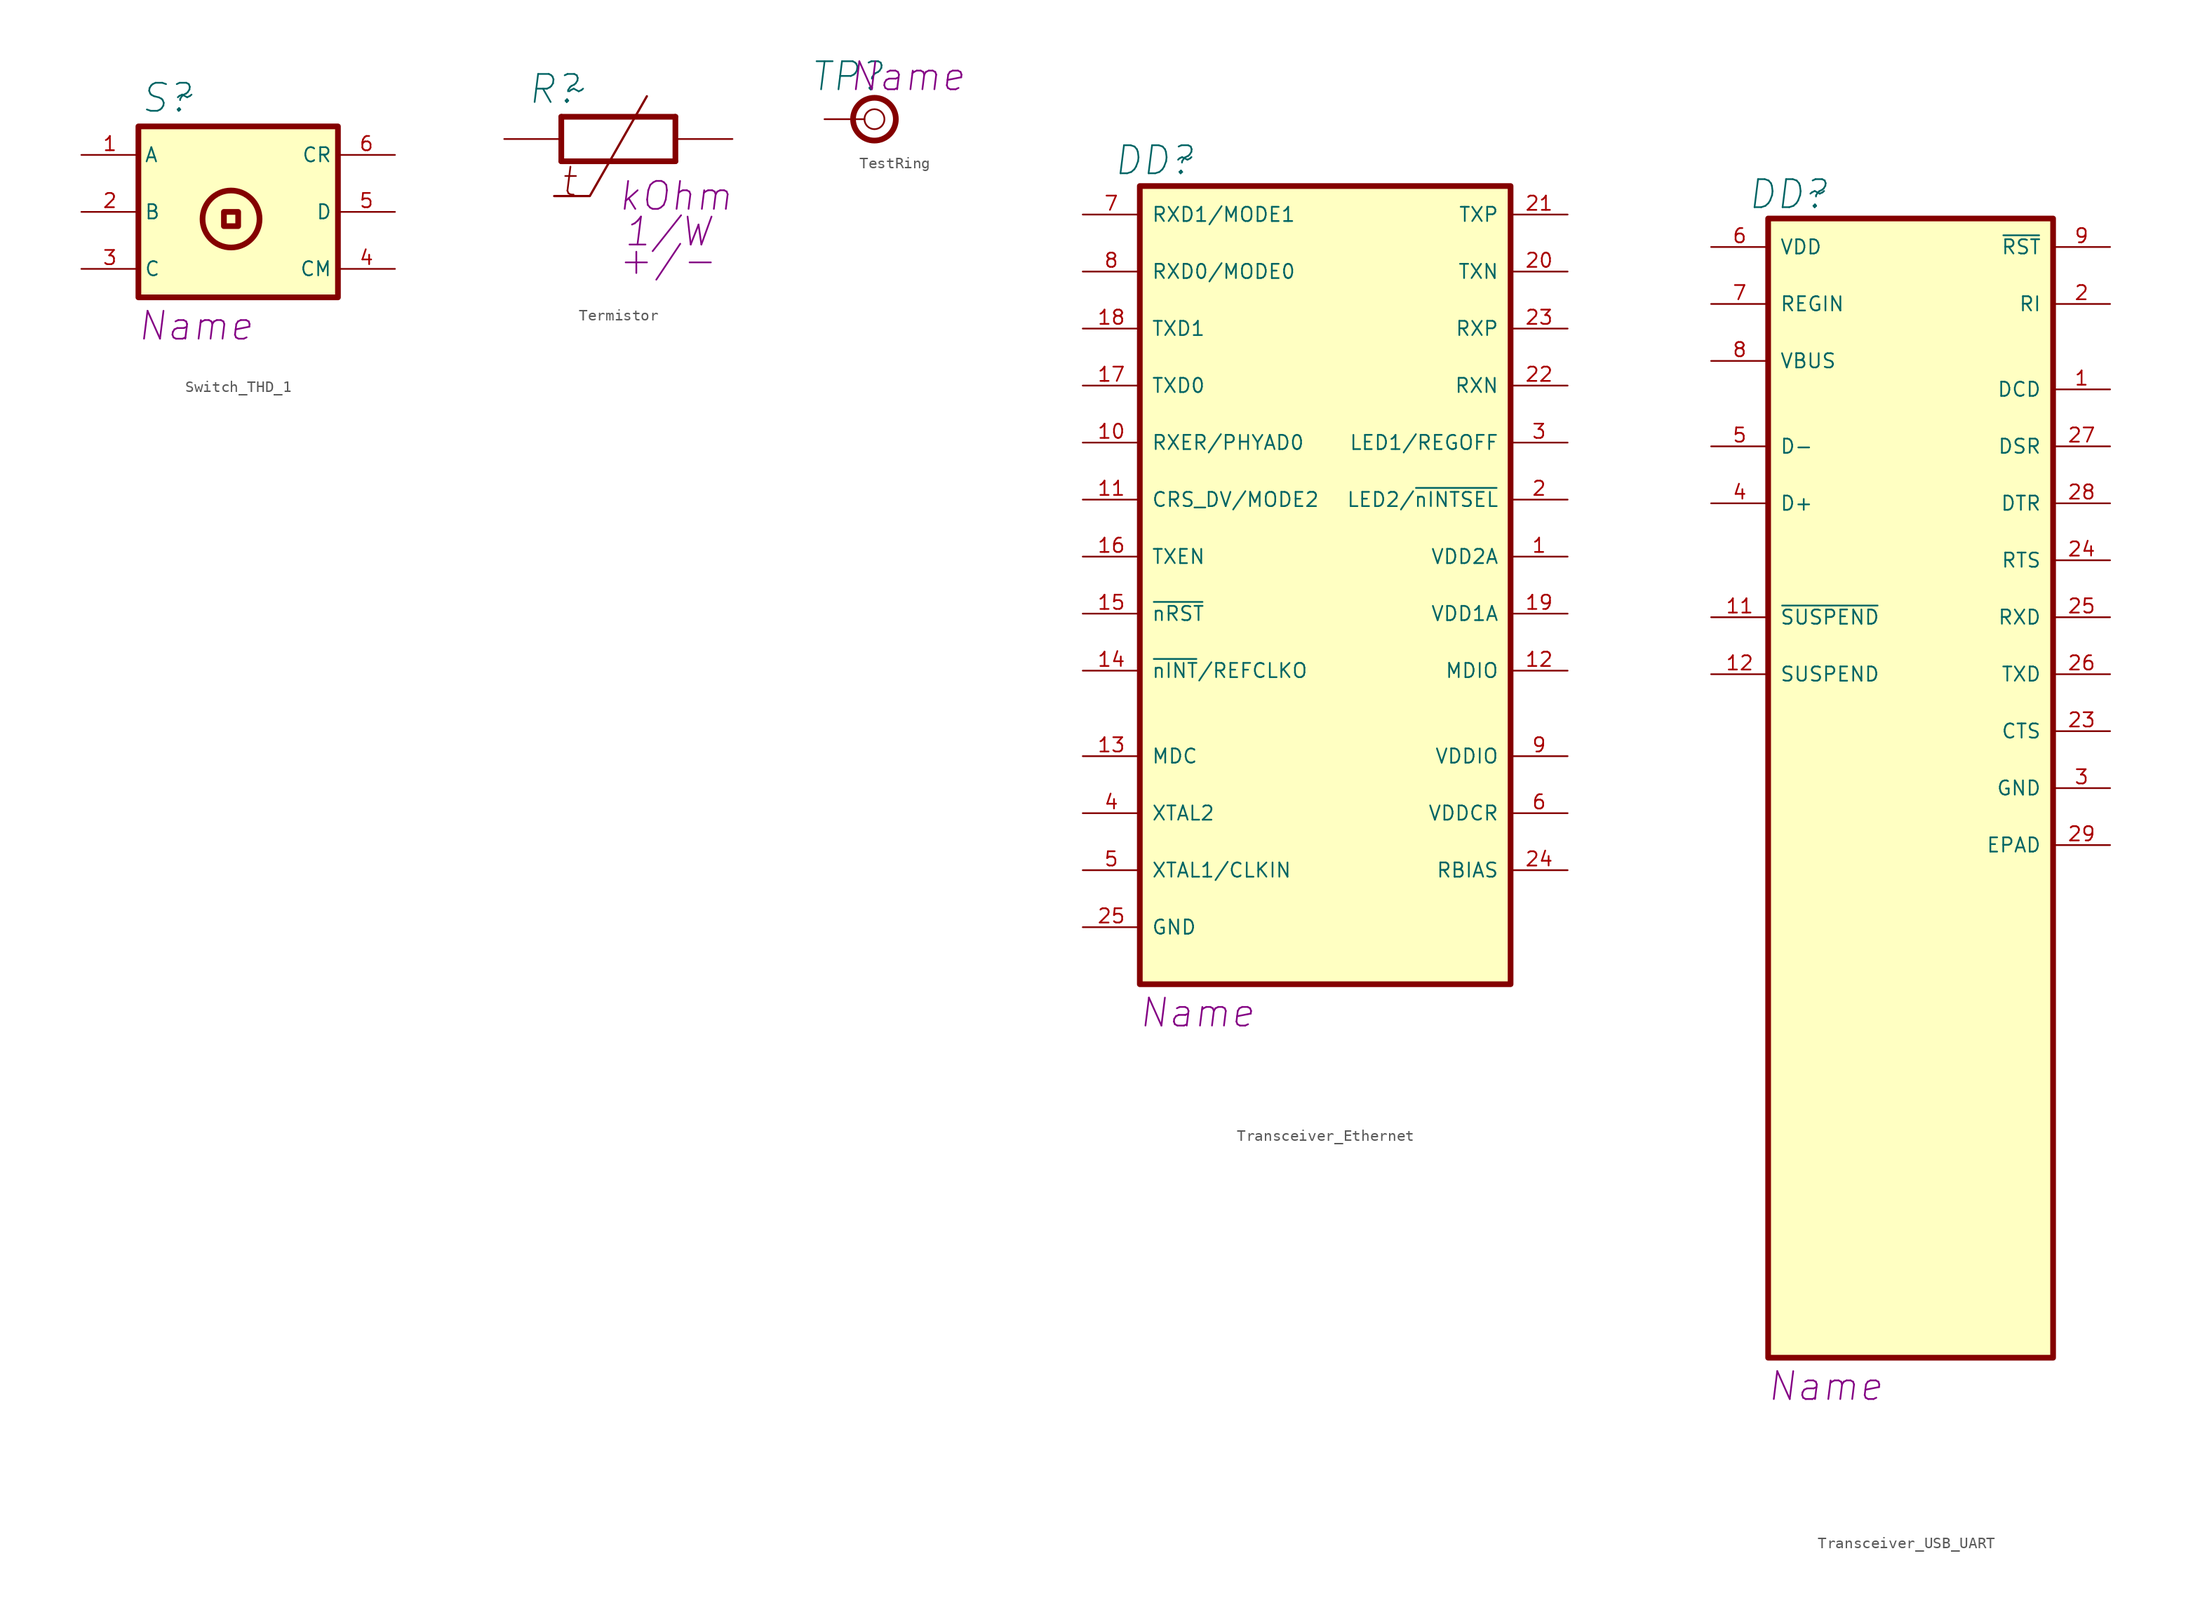
<source format=kicad_sym>
(kicad_symbol_lib
  (version 20241209)
  (generator "kicad_symbol_editor")
  (generator_version "9.0")
  (symbol "Switch_THD_1"
    (property "Reference" "S"
      (at -27.94 10.16 0)
      (effects (font (size 2.5 2.5) (italic yes))))
    (property "Value" "~"
      (at -26.416 10.414 0)
      (effects (font (size 2.5 2.5) (italic yes))))
    (property "Name" "Name"
      (at -25.4 -10.16 0)
      (effects (font (size 2.489 2.489) (italic yes))))
    (symbol "Switch_THD_1_0_1"
      (rectangle (start -22.86 0) (end -21.59 -1.27) (stroke (width 0.508) (type solid)) (fill (type none)))
      (circle (center -22.225 -0.635) (radius 2.54) (stroke (width 0.508) (type solid)) (fill (type none))))
    (symbol "Switch_THD_1_1_1"
      (rectangle (start -30.48 7.62) (end -12.7 -7.62) (stroke (width 0.508) (type solid)) (fill (type background)))
      (pin passive line (at -35.56 5.08 0) (length 5.08) (name "A" (effects (font (size 1.27 1.27)))) (number "1" (effects (font (size 1.27 1.27)))))
      (pin passive line (at -35.56 0 0) (length 5.08) (name "B" (effects (font (size 1.27 1.27)))) (number "2" (effects (font (size 1.27 1.27)))))
      (pin passive line (at -35.56 -5.08 0) (length 5.08) (name "C" (effects (font (size 1.27 1.27)))) (number "3" (effects (font (size 1.27 1.27)))))
      (pin passive line (at -7.62 5.08 180) (length 5.08) (name "CR" (effects (font (size 1.27 1.27)))) (number "6" (effects (font (size 1.27 1.27)))))
      (pin passive line (at -7.62 0 180) (length 5.08) (name "D" (effects (font (size 1.27 1.27)))) (number "5" (effects (font (size 1.27 1.27)))))
      (pin passive line (at -7.62 -5.08 180) (length 5.08) (name "CM" (effects (font (size 1.27 1.27)))) (number "4" (effects (font (size 1.27 1.27)))))))
  (symbol "Termistor"
    (pin_numbers
      (hide yes))
    (pin_names
      (offset 1.016)
      (hide yes))
    (property "Reference" "R"
      (at -5.715 4.445 0)
      (effects (font (size 2.5 2.5) (italic yes))))
    (property "Value" "~"
      (at -3.81 4.445 0)
      (effects (font (size 2.5 2.5) (italic yes))))
    (property "Value_1" "kOhm"
      (at 5.08 -5.08 0)
      (effects (font (size 2.489 2.489) (italic yes))))
    (property "Watt" "1/W"
      (at 4.445 -8.255 0)
      (effects (font (size 2.489 2.489) (italic yes))))
    (property "Fault" "+/-"
      (at 4.445 -10.795 0)
      (effects (font (size 2.489 2.489))))
    (symbol "Termistor_0_1"
      (polyline (pts (xy 0 1.905) (xy 0 1.905)) (stroke (width 0) (type default)) (fill (type none))))
    (symbol "Termistor_1_1"
      (polyline (pts (xy -5.08 1.981) (xy -5.08 -1.981)) (stroke (width 0.508) (type solid)) (fill (type none)))
      (polyline (pts (xy -5.08 1.981) (xy 5.08 1.981)) (stroke (width 0.508) (type solid)) (fill (type none)))
      (polyline (pts (xy -5.08 -1.981) (xy 5.08 -1.981)) (stroke (width 0.508) (type solid)) (fill (type none)))
      (polyline (pts (xy 2.54 3.81) (xy -2.54 -5.08) (xy -5.715 -5.08)) (stroke (width 0.2) (type default)) (fill (type none)))
      (polyline (pts (xy 5.08 1.981) (xy 5.08 -1.981)) (stroke (width 0.508) (type solid)) (fill (type none)))
      (text "t" (at -4.445 -3.81 0) (effects (font (size 2.489 2.489) (italic yes))))
      (pin passive line (at -10.16 0 0) (length 5.08) (name "CCW" (effects (font (size 1.27 1.27)))) (number "1" (effects (font (size 1.27 1.27)))))
      (pin passive line (at 10.16 0 180) (length 5.08) (name "CW" (effects (font (size 1.27 1.27)))) (number "3" (effects (font (size 1.27 1.27)))))))
  (symbol "TestRing"
    (pin_numbers
      (hide yes))
    (pin_names
      (offset 0)
      (hide yes))
    (property "Reference" "TP"
      (at 2.032 3.81 0)
      (effects (font (size 2.5 2.5) (italic yes))))
    (property "Name" "Name"
      (at 7.366 3.81 0)
      (effects (font (size 2.489 2.489) (italic yes))))
    (symbol "TestRing_0_1"
      (polyline (pts (xy 3.556 0) (xy 2.54 0)) (stroke (width 0) (type solid)) (fill (type none)))
      (circle (center 4.445 0) (radius 0.889) (stroke (width 0) (type solid)) (fill (type none)))
      (circle (center 4.445 0) (radius 1.905) (stroke (width 0.508) (type solid)) (fill (type none))))
    (symbol "TestRing_1_1"
      (pin passive line (at 0 0 0) (length 2.54) (name "1" (effects (font (size 1.27 1.27)))) (number "1" (effects (font (size 1.27 1.27)))))))
  (symbol "Transceiver_Ethernet"
    (pin_names
      (offset 1.016))
    (property "Reference" "DD"
      (at -24.13 22.606 0)
      (effects (font (size 2.5 2.5) (italic yes))))
    (property "Value" "~"
      (at -21.336 22.86 0)
      (effects (font (size 2.5 2.5))))
    (property "Name" "Name"
      (at -20.32 -53.34 0)
      (effects (font (size 2.489 2.489) (italic yes))))
    (symbol "Transceiver_Ethernet_1_1"
      (rectangle (start -25.4 20.32) (end 7.62 -50.8) (stroke (width 0.508) (type solid)) (fill (type background)))
      (pin bidirectional line (at -30.48 17.78 0) (length 5.08) (name "RXD1/MODE1" (effects (font (size 1.27 1.27)))) (number "7" (effects (font (size 1.27 1.27)))))
      (pin bidirectional line (at -30.48 12.7 0) (length 5.08) (name "RXD0/MODE0" (effects (font (size 1.27 1.27)))) (number "8" (effects (font (size 1.27 1.27)))))
      (pin input line (at -30.48 7.62 0) (length 5.08) (name "TXD1" (effects (font (size 1.27 1.27)))) (number "18" (effects (font (size 1.27 1.27)))))
      (pin input line (at -30.48 2.54 0) (length 5.08) (name "TXD0" (effects (font (size 1.27 1.27)))) (number "17" (effects (font (size 1.27 1.27)))))
      (pin bidirectional line (at -30.48 -2.54 0) (length 5.08) (name "RXER/PHYAD0" (effects (font (size 1.27 1.27)))) (number "10" (effects (font (size 1.27 1.27)))))
      (pin bidirectional line (at -30.48 -7.62 0) (length 5.08) (name "CRS_DV/MODE2" (effects (font (size 1.27 1.27)))) (number "11" (effects (font (size 1.27 1.27)))))
      (pin input line (at -30.48 -12.7 0) (length 5.08) (name "TXEN" (effects (font (size 1.27 1.27)))) (number "16" (effects (font (size 1.27 1.27)))))
      (pin input line (at -30.48 -17.78 0) (length 5.08) (name "~{nRST}" (effects (font (size 1.27 1.27)))) (number "15" (effects (font (size 1.27 1.27)))))
      (pin output line (at -30.48 -22.86 0) (length 5.08) (name "~{nINT}/REFCLKO" (effects (font (size 1.27 1.27)))) (number "14" (effects (font (size 1.27 1.27)))))
      (pin input line (at -30.48 -30.48 0) (length 5.08) (name "MDC" (effects (font (size 1.27 1.27)))) (number "13" (effects (font (size 1.27 1.27)))))
      (pin output line (at -30.48 -35.56 0) (length 5.08) (name "XTAL2" (effects (font (size 1.27 1.27)))) (number "4" (effects (font (size 1.27 1.27)))))
      (pin input line (at -30.48 -40.64 0) (length 5.08) (name "XTAL1/CLKIN" (effects (font (size 1.27 1.27)))) (number "5" (effects (font (size 1.27 1.27)))))
      (pin power_in line (at -30.48 -45.72 0) (length 5.08) (name "GND" (effects (font (size 1.27 1.27)))) (number "25" (effects (font (size 1.27 1.27)))))
      (pin bidirectional line (at 12.7 17.78 180) (length 5.08) (name "TXP" (effects (font (size 1.27 1.27)))) (number "21" (effects (font (size 1.27 1.27)))))
      (pin bidirectional line (at 12.7 12.7 180) (length 5.08) (name "TXN" (effects (font (size 1.27 1.27)))) (number "20" (effects (font (size 1.27 1.27)))))
      (pin bidirectional line (at 12.7 7.62 180) (length 5.08) (name "RXP" (effects (font (size 1.27 1.27)))) (number "23" (effects (font (size 1.27 1.27)))))
      (pin bidirectional line (at 12.7 2.54 180) (length 5.08) (name "RXN" (effects (font (size 1.27 1.27)))) (number "22" (effects (font (size 1.27 1.27)))))
      (pin bidirectional line (at 12.7 -2.54 180) (length 5.08) (name "LED1/REGOFF" (effects (font (size 1.27 1.27)))) (number "3" (effects (font (size 1.27 1.27)))))
      (pin bidirectional line (at 12.7 -7.62 180) (length 5.08) (name "LED2/~{nINTSEL}" (effects (font (size 1.27 1.27)))) (number "2" (effects (font (size 1.27 1.27)))))
      (pin power_in line (at 12.7 -12.7 180) (length 5.08) (name "VDD2A" (effects (font (size 1.27 1.27)))) (number "1" (effects (font (size 1.27 1.27)))))
      (pin power_in line (at 12.7 -17.78 180) (length 5.08) (name "VDD1A" (effects (font (size 1.27 1.27)))) (number "19" (effects (font (size 1.27 1.27)))))
      (pin bidirectional line (at 12.7 -22.86 180) (length 5.08) (name "MDIO" (effects (font (size 1.27 1.27)))) (number "12" (effects (font (size 1.27 1.27)))))
      (pin power_in line (at 12.7 -30.48 180) (length 5.08) (name "VDDIO" (effects (font (size 1.27 1.27)))) (number "9" (effects (font (size 1.27 1.27)))))
      (pin power_in line (at 12.7 -35.56 180) (length 5.08) (name "VDDCR" (effects (font (size 1.27 1.27)))) (number "6" (effects (font (size 1.27 1.27)))))
      (pin input line (at 12.7 -40.64 180) (length 5.08) (name "RBIAS" (effects (font (size 1.27 1.27)))) (number "24" (effects (font (size 1.27 1.27)))))))
  (symbol "Transceiver_USB_UART "
    (pin_names
      (offset 1.016))
    (property "Reference" "DD"
      (at -18.542 32.639 0)
      (effects (font (size 2.5 2.5) (italic yes))))
    (property "Value" "~"
      (at -16.002 32.893 0)
      (effects (font (size 2.5 2.5) (italic yes))))
    (property "Name" "Name"
      (at -15.24 -73.66 0)
      (effects (font (size 2.489 2.489) (italic yes))))
    (symbol "Transceiver_USB_UART _1_1"
      (rectangle (start -20.32 30.48) (end 5.08 -71.12) (stroke (width 0.508) (type solid)) (fill (type background)))
      (pin power_out line (at -25.4 27.94 0) (length 5.08) (name "VDD" (effects (font (size 1.27 1.27)))) (number "6" (effects (font (size 1.27 1.27)))))
      (pin power_in line (at -25.4 22.86 0) (length 5.08) (name "REGIN" (effects (font (size 1.27 1.27)))) (number "7" (effects (font (size 1.27 1.27)))))
      (pin input line (at -25.4 17.78 0) (length 5.08) (name "VBUS" (effects (font (size 1.27 1.27)))) (number "8" (effects (font (size 1.27 1.27)))))
      (pin bidirectional line (at -25.4 10.16 0) (length 5.08) (name "D-" (effects (font (size 1.27 1.27)))) (number "5" (effects (font (size 1.27 1.27)))))
      (pin bidirectional line (at -25.4 5.08 0) (length 5.08) (name "D+" (effects (font (size 1.27 1.27)))) (number "4" (effects (font (size 1.27 1.27)))))
      (pin output line (at -25.4 -5.08 0) (length 5.08) (name "~{SUSPEND}" (effects (font (size 1.27 1.27)))) (number "11" (effects (font (size 1.27 1.27)))))
      (pin output line (at -25.4 -10.16 0) (length 5.08) (name "SUSPEND" (effects (font (size 1.27 1.27)))) (number "12" (effects (font (size 1.27 1.27)))))
      (pin unspecified line (at -25.4 -15.24 0) (length 5.08) (hide yes) (name "NC" (effects (font (size 1.27 1.27)))) (number "10" (effects (font (size 1.27 1.27)))))
      (pin unspecified line (at -25.4 -20.32 0) (length 5.08) (hide yes) (name "NC" (effects (font (size 1.27 1.27)))) (number "14" (effects (font (size 1.27 1.27)))))
      (pin unspecified line (at -25.4 -25.4 0) (length 5.08) (hide yes) (name "NC" (effects (font (size 1.27 1.27)))) (number "13" (effects (font (size 1.27 1.27)))))
      (pin unspecified line (at -25.4 -30.48 0) (length 5.08) (hide yes) (name "NC" (effects (font (size 1.27 1.27)))) (number "15" (effects (font (size 1.27 1.27)))))
      (pin unspecified line (at -25.4 -35.56 0) (length 5.08) (hide yes) (name "NC" (effects (font (size 1.27 1.27)))) (number "16" (effects (font (size 1.27 1.27)))))
      (pin unspecified line (at -25.4 -43.18 0) (length 5.08) (hide yes) (name "NC" (effects (font (size 1.27 1.27)))) (number "17" (effects (font (size 1.27 1.27)))))
      (pin unspecified line (at -25.4 -48.26 0) (length 5.08) (hide yes) (name "NC" (effects (font (size 1.27 1.27)))) (number "18" (effects (font (size 1.27 1.27)))))
      (pin unspecified line (at -25.4 -53.34 0) (length 5.08) (hide yes) (name "NC" (effects (font (size 1.27 1.27)))) (number "19" (effects (font (size 1.27 1.27)))))
      (pin unspecified line (at -25.4 -58.42 0) (length 5.08) (hide yes) (name "NC" (effects (font (size 1.27 1.27)))) (number "20" (effects (font (size 1.27 1.27)))))
      (pin unspecified line (at -25.4 -63.5 0) (length 5.08) (hide yes) (name "NC" (effects (font (size 1.27 1.27)))) (number "21" (effects (font (size 1.27 1.27)))))
      (pin unspecified line (at -25.4 -68.58 0) (length 5.08) (hide yes) (name "NC" (effects (font (size 1.27 1.27)))) (number "22" (effects (font (size 1.27 1.27)))))
      (pin bidirectional line (at 10.16 27.94 180) (length 5.08) (name "~{RST}" (effects (font (size 1.27 1.27)))) (number "9" (effects (font (size 1.27 1.27)))))
      (pin input line (at 10.16 22.86 180) (length 5.08) (name "RI" (effects (font (size 1.27 1.27)))) (number "2" (effects (font (size 1.27 1.27)))))
      (pin input line (at 10.16 15.24 180) (length 5.08) (name "DCD" (effects (font (size 1.27 1.27)))) (number "1" (effects (font (size 1.27 1.27)))))
      (pin input line (at 10.16 10.16 180) (length 5.08) (name "DSR" (effects (font (size 1.27 1.27)))) (number "27" (effects (font (size 1.27 1.27)))))
      (pin output line (at 10.16 5.08 180) (length 5.08) (name "DTR" (effects (font (size 1.27 1.27)))) (number "28" (effects (font (size 1.27 1.27)))))
      (pin output line (at 10.16 0 180) (length 5.08) (name "RTS" (effects (font (size 1.27 1.27)))) (number "24" (effects (font (size 1.27 1.27)))))
      (pin input line (at 10.16 -5.08 180) (length 5.08) (name "RXD" (effects (font (size 1.27 1.27)))) (number "25" (effects (font (size 1.27 1.27)))))
      (pin output line (at 10.16 -10.16 180) (length 5.08) (name "TXD" (effects (font (size 1.27 1.27)))) (number "26" (effects (font (size 1.27 1.27)))))
      (pin input line (at 10.16 -15.24 180) (length 5.08) (name "CTS" (effects (font (size 1.27 1.27)))) (number "23" (effects (font (size 1.27 1.27)))))
      (pin power_in line (at 10.16 -20.32 180) (length 5.08) (name "GND" (effects (font (size 1.27 1.27)))) (number "3" (effects (font (size 1.27 1.27)))))
      (pin power_in line (at 10.16 -25.4 180) (length 5.08) (name "EPAD" (effects (font (size 1.27 1.27)))) (number "29" (effects (font (size 1.27 1.27))))))))
</source>
